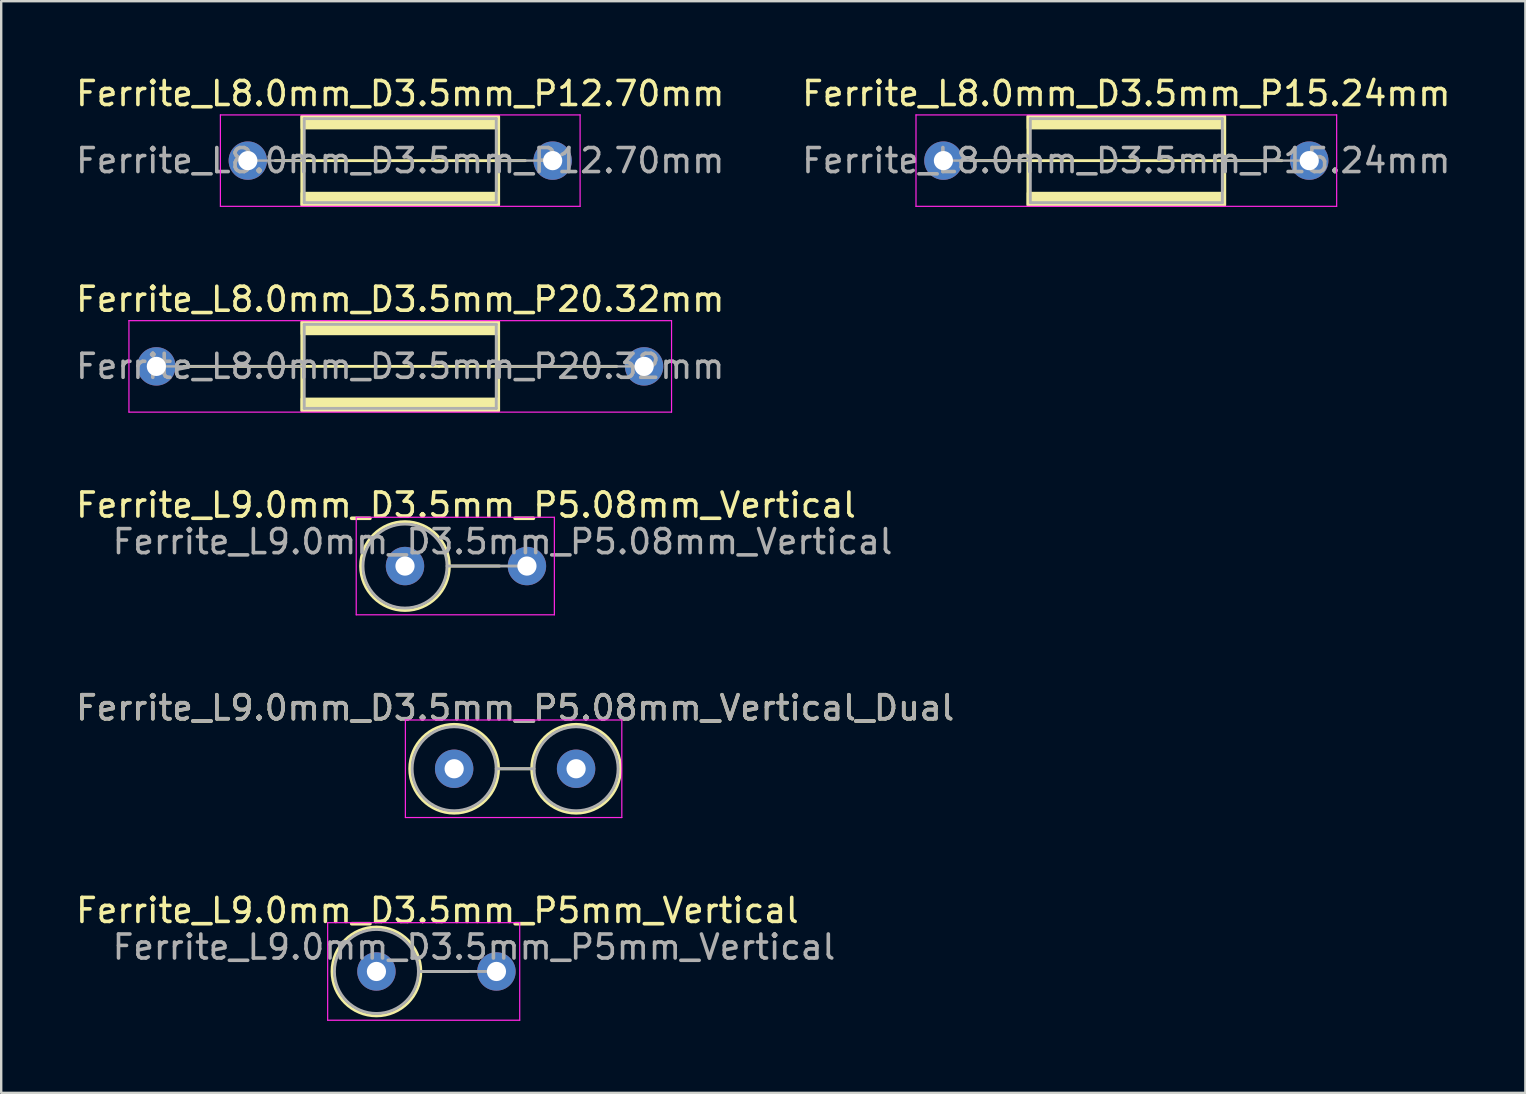
<source format=kicad_pcb>
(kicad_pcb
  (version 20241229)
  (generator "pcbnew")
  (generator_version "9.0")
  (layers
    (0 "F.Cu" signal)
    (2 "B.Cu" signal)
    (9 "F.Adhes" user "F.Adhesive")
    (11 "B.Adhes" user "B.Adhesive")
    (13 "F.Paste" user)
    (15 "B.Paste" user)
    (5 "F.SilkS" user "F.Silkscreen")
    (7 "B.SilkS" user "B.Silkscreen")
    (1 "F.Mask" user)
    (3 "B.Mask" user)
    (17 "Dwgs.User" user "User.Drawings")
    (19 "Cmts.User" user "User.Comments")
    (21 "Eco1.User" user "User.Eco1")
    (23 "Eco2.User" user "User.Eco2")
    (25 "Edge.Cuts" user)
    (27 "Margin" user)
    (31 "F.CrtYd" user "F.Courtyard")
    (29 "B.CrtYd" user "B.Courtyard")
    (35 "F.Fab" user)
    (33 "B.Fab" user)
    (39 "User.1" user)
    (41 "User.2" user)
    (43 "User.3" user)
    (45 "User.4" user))
  (footprint "Ferrite_L8.0mm_D3.5mm_P15.24mm"
    (layer "F.Cu")
    (at 36.255 3.642)
    (property "Reference" "Ferrite_L8.0mm_D3.5mm_P15.24mm" (at 7.62 -2.794 0) (layer "F.SilkS") (effects (font (size 1 1) (thickness 0.15))))
    (fp_line (start 9.234 0.000002) (end 1.143 0) (stroke (width 0.12) (type solid)) (layer "F.SilkS"))
    (fp_line (start 9.234 0.000002) (end 14.097 0) (stroke (width 0.12) (type solid)) (layer "F.SilkS"))
    (fp_rect (start 3.52 -1.85) (end 11.72 1.85) (stroke (width 0.12) (type solid)) (fill no) (layer "F.SilkS"))
    (fp_poly (pts (xy 3.52 1.35) (xy 11.72 1.35) (xy 11.72 1.85) (xy 3.52 1.85)) (stroke (width 0.1) (type solid)) (fill yes) (layer "F.SilkS"))
    (fp_poly (pts (xy 11.72 -1.35) (xy 3.52 -1.35) (xy 3.52 -1.85) (xy 11.72 -1.85)) (stroke (width 0.1) (type solid)) (fill yes) (layer "F.SilkS"))
    (fp_line (start -1.143 -1.905) (end 16.383 -1.905) (stroke (width 0.05) (type solid)) (layer "F.CrtYd"))
    (fp_line (start -1.143 1.905) (end -1.143 -1.905) (stroke (width 0.05) (type solid)) (layer "F.CrtYd"))
    (fp_line (start 16.383 -1.905) (end 16.383 1.905) (stroke (width 0.05) (type solid)) (layer "F.CrtYd"))
    (fp_line (start 16.383 1.905) (end -1.143 1.905) (stroke (width 0.05) (type solid)) (layer "F.CrtYd"))
    (fp_line (start 0 0) (end 3.62 0) (stroke (width 0.1) (type solid)) (layer "F.Fab"))
    (fp_line (start 3.62 -1.75) (end 3.62 1.75) (stroke (width 0.12) (type solid)) (layer "F.Fab"))
    (fp_line (start 3.62 -1.75) (end 11.62 -1.75) (stroke (width 0.12) (type solid)) (layer "F.Fab"))
    (fp_line (start 11.62 -1.75) (end 11.62 1.75) (stroke (width 0.12) (type solid)) (layer "F.Fab"))
    (fp_line (start 11.62 1.75) (end 3.62 1.75) (stroke (width 0.12) (type solid)) (layer "F.Fab"))
    (fp_line (start 15.24 0) (end 11.62 0) (stroke (width 0.1) (type solid)) (layer "F.Fab"))
    (fp_text user "${REFERENCE}" (at 7.62 0 0) (layer "F.Fab") (effects (font (size 1 1) (thickness 0.15))))
    (pad "1" thru_hole circle (at 0 0) (size 1.6 1.6) (drill 0.8) (layers "*.Cu" "*.Mask"))
    (pad "2" thru_hole circle (at 15.24 0) (size 1.6 1.6) (drill 0.8) (layers "*.Cu" "*.Mask")))
  (footprint "Ferrite_L9.0mm_D3.5mm_P5.08mm_Vertical_Dual"
    (layer "F.Cu")
    (at 15.871 28.978)
    (property "Reference" "Ferrite_L9.0mm_D3.5mm_P5.08mm_Vertical_Dual" (at 2.54 -2.54 0) (layer "F.SilkS") (effects (font (size 1 1) (thickness 0.15))))
    (fp_line (start 1.85 0) (end 3.23 0) (stroke (width 0.12) (type solid)) (layer "F.SilkS"))
    (fp_circle (center 0 0) (end 0 -1.85) (stroke (width 0.12) (type solid)) (fill no) (layer "F.SilkS"))
    (fp_circle (center 5.08 0) (end 5.08 -1.85) (stroke (width 0.12) (type solid)) (fill no) (layer "F.SilkS"))
    (fp_line (start -2.032 -2.032) (end 6.985 -2.032) (stroke (width 0.05) (type solid)) (layer "F.CrtYd"))
    (fp_line (start -2.032 2.032) (end -2.032 -2.032) (stroke (width 0.05) (type solid)) (layer "F.CrtYd"))
    (fp_line (start 6.985 -2.032) (end 6.985 2.032) (stroke (width 0.05) (type solid)) (layer "F.CrtYd"))
    (fp_line (start 6.985 2.032) (end -2.032 2.032) (stroke (width 0.05) (type solid)) (layer "F.CrtYd"))
    (fp_line (start 1.75 0) (end 3.33 0) (stroke (width 0.12) (type solid)) (layer "F.Fab"))
    (fp_circle (center 0 0) (end 0 -1.75) (stroke (width 0.12) (type solid)) (fill no) (layer "F.Fab"))
    (fp_circle (center 5.08 0) (end 5.08 -1.75) (stroke (width 0.12) (type solid)) (fill no) (layer "F.Fab"))
    (fp_text user "${REFERENCE}" (at 2.54 -2.539 0) (layer "F.Fab") (effects (font (size 1 1) (thickness 0.15))))
    (pad "1" thru_hole circle (at 0 0) (size 1.6 1.6) (drill 0.8) (layers "*.Cu" "*.Mask"))
    (pad "2" thru_hole circle (at 5.08 0) (size 1.6 1.6) (drill 0.8) (layers "*.Cu" "*.Mask")))
  (footprint "Ferrite_L8.0mm_D3.5mm_P20.32mm"
    (layer "F.Cu")
    (at 3.465 12.214)
    (property "Reference" "Ferrite_L8.0mm_D3.5mm_P20.32mm" (at 10.16 -2.794 0) (layer "F.SilkS") (effects (font (size 1 1) (thickness 0.15))))
    (fp_line (start 11.774 0.000002) (end 1.143 0) (stroke (width 0.12) (type solid)) (layer "F.SilkS"))
    (fp_line (start 11.774 0.000002) (end 19.177 0) (stroke (width 0.12) (type solid)) (layer "F.SilkS"))
    (fp_rect (start 6.06 -1.85) (end 14.26 1.85) (stroke (width 0.12) (type solid)) (fill no) (layer "F.SilkS"))
    (fp_poly (pts (xy 6.06 1.35) (xy 14.26 1.35) (xy 14.26 1.85) (xy 6.06 1.85)) (stroke (width 0.1) (type solid)) (fill yes) (layer "F.SilkS"))
    (fp_poly (pts (xy 14.26 -1.35) (xy 6.06 -1.35) (xy 6.06 -1.85) (xy 14.26 -1.85)) (stroke (width 0.1) (type solid)) (fill yes) (layer "F.SilkS"))
    (fp_line (start -1.143 -1.905) (end 21.463 -1.905) (stroke (width 0.05) (type solid)) (layer "F.CrtYd"))
    (fp_line (start -1.143 1.905) (end -1.143 -1.905) (stroke (width 0.05) (type solid)) (layer "F.CrtYd"))
    (fp_line (start 21.463 -1.905) (end 21.463 1.905) (stroke (width 0.05) (type solid)) (layer "F.CrtYd"))
    (fp_line (start 21.463 1.905) (end -1.143 1.905) (stroke (width 0.05) (type solid)) (layer "F.CrtYd"))
    (fp_line (start 0 0) (end 6.16 0) (stroke (width 0.1) (type solid)) (layer "F.Fab"))
    (fp_line (start 6.16 -1.75) (end 6.16 1.75) (stroke (width 0.12) (type solid)) (layer "F.Fab"))
    (fp_line (start 6.16 -1.75) (end 14.16 -1.75) (stroke (width 0.12) (type solid)) (layer "F.Fab"))
    (fp_line (start 14.16 -1.75) (end 14.16 1.75) (stroke (width 0.12) (type solid)) (layer "F.Fab"))
    (fp_line (start 14.16 1.75) (end 6.16 1.75) (stroke (width 0.12) (type solid)) (layer "F.Fab"))
    (fp_line (start 20.32 0) (end 14.16 0) (stroke (width 0.1) (type solid)) (layer "F.Fab"))
    (fp_text user "${REFERENCE}" (at 10.16 0 0) (layer "F.Fab") (effects (font (size 1 1) (thickness 0.15))))
    (pad "1" thru_hole circle (at 0 0) (size 1.6 1.6) (drill 0.8) (layers "*.Cu" "*.Mask"))
    (pad "2" thru_hole circle (at 20.32 0) (size 1.6 1.6) (drill 0.8) (layers "*.Cu" "*.Mask")))
  (footprint "Ferrite_L9.0mm_D3.5mm_P5.08mm_Vertical"
    (layer "F.Cu")
    (at 13.823 20.533)
    (property "Reference" "Ferrite_L9.0mm_D3.5mm_P5.08mm_Vertical" (at 2.54 -2.54 0) (layer "F.SilkS") (effects (font (size 1 1) (thickness 0.15))))
    (fp_line (start 1.85 0) (end 3.937 0) (stroke (width 0.12) (type solid)) (layer "F.SilkS"))
    (fp_circle (center 0 0) (end 0 -1.85) (stroke (width 0.12) (type solid)) (fill no) (layer "F.SilkS"))
    (fp_line (start -2.032 -2.032) (end 6.223 -2.032) (stroke (width 0.05) (type solid)) (layer "F.CrtYd"))
    (fp_line (start -2.032 2.032) (end -2.032 -2.032) (stroke (width 0.05) (type solid)) (layer "F.CrtYd"))
    (fp_line (start 6.223 -2.032) (end 6.223 2.032) (stroke (width 0.05) (type solid)) (layer "F.CrtYd"))
    (fp_line (start 6.223 2.032) (end -2.032 2.032) (stroke (width 0.05) (type solid)) (layer "F.CrtYd"))
    (fp_line (start 1.75 0) (end 5.08 0) (stroke (width 0.12) (type solid)) (layer "F.Fab"))
    (fp_circle (center 0 0) (end 0 -1.75) (stroke (width 0.12) (type solid)) (fill no) (layer "F.Fab"))
    (fp_text user "${REFERENCE}" (at 4.064 -1.016 0) (layer "F.Fab") (effects (font (size 1 1) (thickness 0.15))))
    (pad "1" thru_hole circle (at 0 0) (size 1.6 1.6) (drill 0.8) (layers "*.Cu" "*.Mask"))
    (pad "2" thru_hole circle (at 5.08 0) (size 1.6 1.6) (drill 0.8) (layers "*.Cu" "*.Mask")))
  (footprint "Ferrite_L8.0mm_D3.5mm_P12.70mm"
    (layer "F.Cu")
    (at 7.275 3.642)
    (property "Reference" "Ferrite_L8.0mm_D3.5mm_P12.70mm" (at 6.35 -2.794 0) (layer "F.SilkS") (effects (font (size 1 1) (thickness 0.15))))
    (fp_line (start 7.964 0.000002) (end 1.143 0) (stroke (width 0.12) (type solid)) (layer "F.SilkS"))
    (fp_line (start 7.964 0.000002) (end 11.557 0) (stroke (width 0.12) (type solid)) (layer "F.SilkS"))
    (fp_rect (start 2.25 -1.85) (end 10.45 1.85) (stroke (width 0.12) (type solid)) (fill no) (layer "F.SilkS"))
    (fp_poly (pts (xy 2.25 1.35) (xy 10.45 1.35) (xy 10.45 1.85) (xy 2.25 1.85)) (stroke (width 0.1) (type solid)) (fill yes) (layer "F.SilkS"))
    (fp_poly (pts (xy 10.45 -1.35) (xy 2.25 -1.35) (xy 2.25 -1.85) (xy 10.45 -1.85)) (stroke (width 0.1) (type solid)) (fill yes) (layer "F.SilkS"))
    (fp_line (start -1.143 -1.905) (end 13.843 -1.905) (stroke (width 0.05) (type solid)) (layer "F.CrtYd"))
    (fp_line (start -1.143 1.905) (end -1.143 -1.905) (stroke (width 0.05) (type solid)) (layer "F.CrtYd"))
    (fp_line (start 13.843 -1.905) (end 13.843 1.905) (stroke (width 0.05) (type solid)) (layer "F.CrtYd"))
    (fp_line (start 13.843 1.905) (end -1.143 1.905) (stroke (width 0.05) (type solid)) (layer "F.CrtYd"))
    (fp_line (start 0 0) (end 2.35 0) (stroke (width 0.1) (type solid)) (layer "F.Fab"))
    (fp_line (start 2.35 -1.75) (end 2.35 1.75) (stroke (width 0.12) (type solid)) (layer "F.Fab"))
    (fp_line (start 2.35 -1.75) (end 10.35 -1.75) (stroke (width 0.12) (type solid)) (layer "F.Fab"))
    (fp_line (start 10.35 -1.75) (end 10.35 1.75) (stroke (width 0.12) (type solid)) (layer "F.Fab"))
    (fp_line (start 10.35 1.75) (end 2.35 1.75) (stroke (width 0.12) (type solid)) (layer "F.Fab"))
    (fp_line (start 12.7 0) (end 10.35 0) (stroke (width 0.1) (type solid)) (layer "F.Fab"))
    (fp_text user "${REFERENCE}" (at 6.35 0 0) (layer "F.Fab") (effects (font (size 1 1) (thickness 0.15))))
    (pad "1" thru_hole circle (at 0 0) (size 1.6 1.6) (drill 0.8) (layers "*.Cu" "*.Mask"))
    (pad "2" thru_hole circle (at 12.7 0) (size 1.6 1.6) (drill 0.8) (layers "*.Cu" "*.Mask")))
  (footprint "Ferrite_L9.0mm_D3.5mm_P5mm_Vertical"
    (layer "F.Cu")
    (at 12.633 37.423)
    (property "Reference" "Ferrite_L9.0mm_D3.5mm_P5mm_Vertical" (at 2.54 -2.54 0) (layer "F.SilkS") (effects (font (size 1 1) (thickness 0.15))))
    (fp_line (start 1.85 0) (end 3.81 0) (stroke (width 0.12) (type solid)) (layer "F.SilkS"))
    (fp_circle (center 0 0) (end 0 -1.85) (stroke (width 0.12) (type solid)) (fill no) (layer "F.SilkS"))
    (fp_line (start -2.032 -2.032) (end 5.969 -2.032) (stroke (width 0.05) (type solid)) (layer "F.CrtYd"))
    (fp_line (start -2.032 2.032) (end -2.032 -2.032) (stroke (width 0.05) (type solid)) (layer "F.CrtYd"))
    (fp_line (start 5.969 -2.032) (end 5.969 2.032) (stroke (width 0.05) (type solid)) (layer "F.CrtYd"))
    (fp_line (start 5.969 2.032) (end -2.032 2.032) (stroke (width 0.05) (type solid)) (layer "F.CrtYd"))
    (fp_line (start 1.75 0) (end 5 0) (stroke (width 0.12) (type solid)) (layer "F.Fab"))
    (fp_circle (center 0 0) (end 0 -1.75) (stroke (width 0.12) (type solid)) (fill no) (layer "F.Fab"))
    (fp_text user "${REFERENCE}" (at 4.064 -1.016 0) (layer "F.Fab") (effects (font (size 1 1) (thickness 0.15))))
    (pad "1" thru_hole circle (at 0 0) (size 1.6 1.6) (drill 0.8) (layers "*.Cu" "*.Mask"))
    (pad "2" thru_hole circle (at 5 0) (size 1.6 1.6) (drill 0.8) (layers "*.Cu" "*.Mask")))
  (gr_rect
    (start -3 -3)
    (end 60.5 42.48)
    (stroke (width 0.1) (type default))
    (fill no)
    (layer "Edge.Cuts")))
</source>
